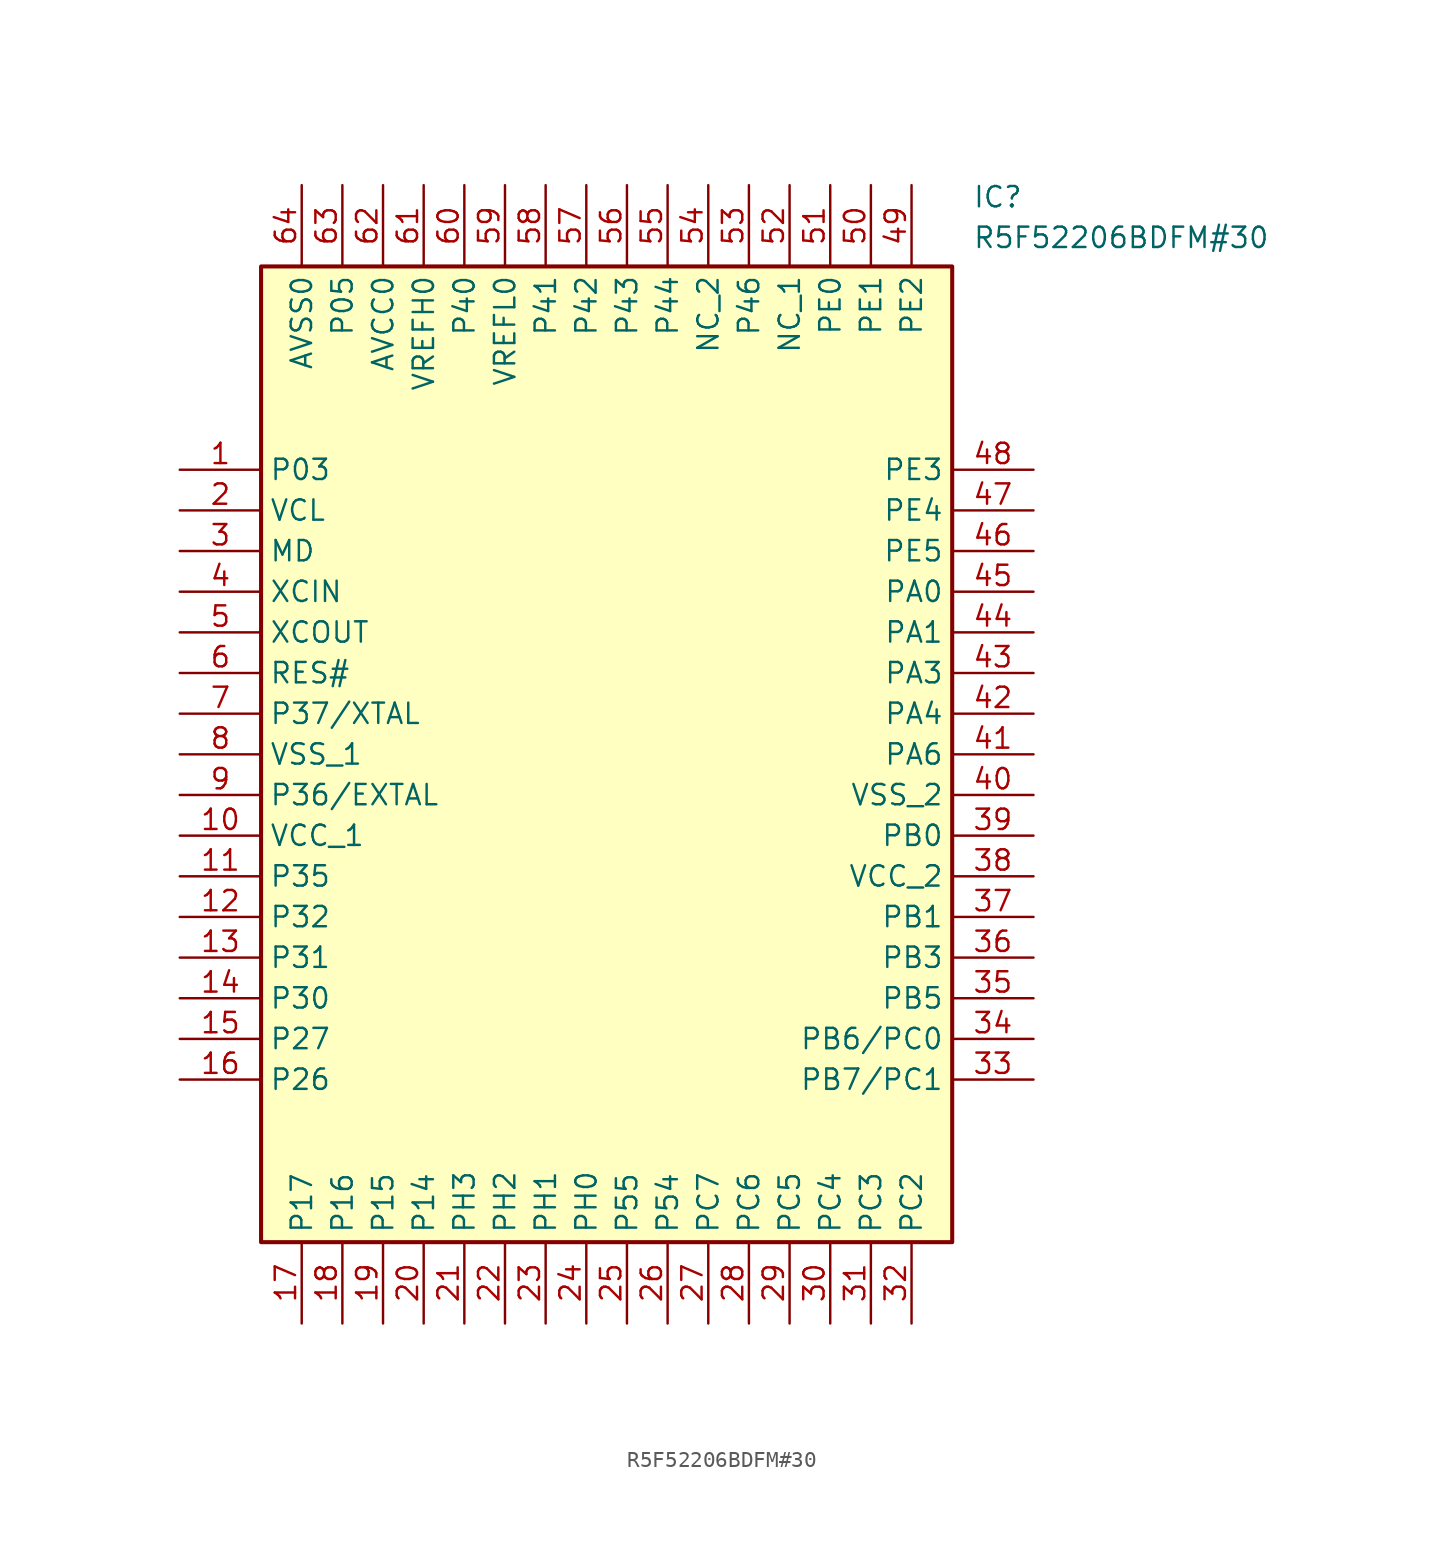
<source format=kicad_sym>
(kicad_symbol_lib
  (version 20211014)
  (generator SamacSys_ECAD_Model)
  (symbol "R5F52206BDFM#30"
    (property "Reference" "IC"
      (at 49.53 17.78 0)
      (effects (font (size 1.27 1.27)) (justify left top)))
    (property "Value" "R5F52206BDFM#30"
      (at 49.53 15.24 0)
      (effects (font (size 1.27 1.27)) (justify left top)))
    (rectangle
      (start 5.08 12.7)
      (end 48.26 -48.26)
      (stroke (width 0.254) (type default))
      (fill (type background)))
    (pin passive line
      (at 0 0 0)
      (length 5.08)
      (name "P03" (effects (font (size 1.27 1.27))))
      (number "1" (effects (font (size 1.27 1.27)))))
    (pin passive line
      (at 0 -2.54 0)
      (length 5.08)
      (name "VCL" (effects (font (size 1.27 1.27))))
      (number "2" (effects (font (size 1.27 1.27)))))
    (pin passive line
      (at 0 -5.08 0)
      (length 5.08)
      (name "MD" (effects (font (size 1.27 1.27))))
      (number "3" (effects (font (size 1.27 1.27)))))
    (pin passive line
      (at 0 -7.62 0)
      (length 5.08)
      (name "XCIN" (effects (font (size 1.27 1.27))))
      (number "4" (effects (font (size 1.27 1.27)))))
    (pin passive line
      (at 0 -10.16 0)
      (length 5.08)
      (name "XCOUT" (effects (font (size 1.27 1.27))))
      (number "5" (effects (font (size 1.27 1.27)))))
    (pin passive line
      (at 0 -12.7 0)
      (length 5.08)
      (name "RES#" (effects (font (size 1.27 1.27))))
      (number "6" (effects (font (size 1.27 1.27)))))
    (pin passive line
      (at 0 -15.24 0)
      (length 5.08)
      (name "P37/XTAL" (effects (font (size 1.27 1.27))))
      (number "7" (effects (font (size 1.27 1.27)))))
    (pin passive line
      (at 0 -17.78 0)
      (length 5.08)
      (name "VSS_1" (effects (font (size 1.27 1.27))))
      (number "8" (effects (font (size 1.27 1.27)))))
    (pin passive line
      (at 0 -20.32 0)
      (length 5.08)
      (name "P36/EXTAL" (effects (font (size 1.27 1.27))))
      (number "9" (effects (font (size 1.27 1.27)))))
    (pin passive line
      (at 0 -22.86 0)
      (length 5.08)
      (name "VCC_1" (effects (font (size 1.27 1.27))))
      (number "10" (effects (font (size 1.27 1.27)))))
    (pin passive line
      (at 0 -25.4 0)
      (length 5.08)
      (name "P35" (effects (font (size 1.27 1.27))))
      (number "11" (effects (font (size 1.27 1.27)))))
    (pin passive line
      (at 0 -27.94 0)
      (length 5.08)
      (name "P32" (effects (font (size 1.27 1.27))))
      (number "12" (effects (font (size 1.27 1.27)))))
    (pin passive line
      (at 0 -30.48 0)
      (length 5.08)
      (name "P31" (effects (font (size 1.27 1.27))))
      (number "13" (effects (font (size 1.27 1.27)))))
    (pin passive line
      (at 0 -33.02 0)
      (length 5.08)
      (name "P30" (effects (font (size 1.27 1.27))))
      (number "14" (effects (font (size 1.27 1.27)))))
    (pin passive line
      (at 0 -35.56 0)
      (length 5.08)
      (name "P27" (effects (font (size 1.27 1.27))))
      (number "15" (effects (font (size 1.27 1.27)))))
    (pin passive line
      (at 0 -38.1 0)
      (length 5.08)
      (name "P26" (effects (font (size 1.27 1.27))))
      (number "16" (effects (font (size 1.27 1.27)))))
    (pin passive line
      (at 7.62 -53.34 90)
      (length 5.08)
      (name "P17" (effects (font (size 1.27 1.27))))
      (number "17" (effects (font (size 1.27 1.27)))))
    (pin passive line
      (at 10.16 -53.34 90)
      (length 5.08)
      (name "P16" (effects (font (size 1.27 1.27))))
      (number "18" (effects (font (size 1.27 1.27)))))
    (pin passive line
      (at 12.7 -53.34 90)
      (length 5.08)
      (name "P15" (effects (font (size 1.27 1.27))))
      (number "19" (effects (font (size 1.27 1.27)))))
    (pin passive line
      (at 15.24 -53.34 90)
      (length 5.08)
      (name "P14" (effects (font (size 1.27 1.27))))
      (number "20" (effects (font (size 1.27 1.27)))))
    (pin passive line
      (at 17.78 -53.34 90)
      (length 5.08)
      (name "PH3" (effects (font (size 1.27 1.27))))
      (number "21" (effects (font (size 1.27 1.27)))))
    (pin passive line
      (at 20.32 -53.34 90)
      (length 5.08)
      (name "PH2" (effects (font (size 1.27 1.27))))
      (number "22" (effects (font (size 1.27 1.27)))))
    (pin passive line
      (at 22.86 -53.34 90)
      (length 5.08)
      (name "PH1" (effects (font (size 1.27 1.27))))
      (number "23" (effects (font (size 1.27 1.27)))))
    (pin passive line
      (at 25.4 -53.34 90)
      (length 5.08)
      (name "PH0" (effects (font (size 1.27 1.27))))
      (number "24" (effects (font (size 1.27 1.27)))))
    (pin passive line
      (at 27.94 -53.34 90)
      (length 5.08)
      (name "P55" (effects (font (size 1.27 1.27))))
      (number "25" (effects (font (size 1.27 1.27)))))
    (pin passive line
      (at 30.48 -53.34 90)
      (length 5.08)
      (name "P54" (effects (font (size 1.27 1.27))))
      (number "26" (effects (font (size 1.27 1.27)))))
    (pin passive line
      (at 33.02 -53.34 90)
      (length 5.08)
      (name "PC7" (effects (font (size 1.27 1.27))))
      (number "27" (effects (font (size 1.27 1.27)))))
    (pin passive line
      (at 35.56 -53.34 90)
      (length 5.08)
      (name "PC6" (effects (font (size 1.27 1.27))))
      (number "28" (effects (font (size 1.27 1.27)))))
    (pin passive line
      (at 38.1 -53.34 90)
      (length 5.08)
      (name "PC5" (effects (font (size 1.27 1.27))))
      (number "29" (effects (font (size 1.27 1.27)))))
    (pin passive line
      (at 40.64 -53.34 90)
      (length 5.08)
      (name "PC4" (effects (font (size 1.27 1.27))))
      (number "30" (effects (font (size 1.27 1.27)))))
    (pin passive line
      (at 43.18 -53.34 90)
      (length 5.08)
      (name "PC3" (effects (font (size 1.27 1.27))))
      (number "31" (effects (font (size 1.27 1.27)))))
    (pin passive line
      (at 45.72 -53.34 90)
      (length 5.08)
      (name "PC2" (effects (font (size 1.27 1.27))))
      (number "32" (effects (font (size 1.27 1.27)))))
    (pin passive line
      (at 53.34 0 180)
      (length 5.08)
      (name "PE3" (effects (font (size 1.27 1.27))))
      (number "48" (effects (font (size 1.27 1.27)))))
    (pin passive line
      (at 53.34 -2.54 180)
      (length 5.08)
      (name "PE4" (effects (font (size 1.27 1.27))))
      (number "47" (effects (font (size 1.27 1.27)))))
    (pin passive line
      (at 53.34 -5.08 180)
      (length 5.08)
      (name "PE5" (effects (font (size 1.27 1.27))))
      (number "46" (effects (font (size 1.27 1.27)))))
    (pin passive line
      (at 53.34 -7.62 180)
      (length 5.08)
      (name "PA0" (effects (font (size 1.27 1.27))))
      (number "45" (effects (font (size 1.27 1.27)))))
    (pin passive line
      (at 53.34 -10.16 180)
      (length 5.08)
      (name "PA1" (effects (font (size 1.27 1.27))))
      (number "44" (effects (font (size 1.27 1.27)))))
    (pin passive line
      (at 53.34 -12.7 180)
      (length 5.08)
      (name "PA3" (effects (font (size 1.27 1.27))))
      (number "43" (effects (font (size 1.27 1.27)))))
    (pin passive line
      (at 53.34 -15.24 180)
      (length 5.08)
      (name "PA4" (effects (font (size 1.27 1.27))))
      (number "42" (effects (font (size 1.27 1.27)))))
    (pin passive line
      (at 53.34 -17.78 180)
      (length 5.08)
      (name "PA6" (effects (font (size 1.27 1.27))))
      (number "41" (effects (font (size 1.27 1.27)))))
    (pin passive line
      (at 53.34 -20.32 180)
      (length 5.08)
      (name "VSS_2" (effects (font (size 1.27 1.27))))
      (number "40" (effects (font (size 1.27 1.27)))))
    (pin passive line
      (at 53.34 -22.86 180)
      (length 5.08)
      (name "PB0" (effects (font (size 1.27 1.27))))
      (number "39" (effects (font (size 1.27 1.27)))))
    (pin passive line
      (at 53.34 -25.4 180)
      (length 5.08)
      (name "VCC_2" (effects (font (size 1.27 1.27))))
      (number "38" (effects (font (size 1.27 1.27)))))
    (pin passive line
      (at 53.34 -27.94 180)
      (length 5.08)
      (name "PB1" (effects (font (size 1.27 1.27))))
      (number "37" (effects (font (size 1.27 1.27)))))
    (pin passive line
      (at 53.34 -30.48 180)
      (length 5.08)
      (name "PB3" (effects (font (size 1.27 1.27))))
      (number "36" (effects (font (size 1.27 1.27)))))
    (pin passive line
      (at 53.34 -33.02 180)
      (length 5.08)
      (name "PB5" (effects (font (size 1.27 1.27))))
      (number "35" (effects (font (size 1.27 1.27)))))
    (pin passive line
      (at 53.34 -35.56 180)
      (length 5.08)
      (name "PB6/PC0" (effects (font (size 1.27 1.27))))
      (number "34" (effects (font (size 1.27 1.27)))))
    (pin passive line
      (at 53.34 -38.1 180)
      (length 5.08)
      (name "PB7/PC1" (effects (font (size 1.27 1.27))))
      (number "33" (effects (font (size 1.27 1.27)))))
    (pin passive line
      (at 7.62 17.78 270)
      (length 5.08)
      (name "AVSS0" (effects (font (size 1.27 1.27))))
      (number "64" (effects (font (size 1.27 1.27)))))
    (pin passive line
      (at 10.16 17.78 270)
      (length 5.08)
      (name "P05" (effects (font (size 1.27 1.27))))
      (number "63" (effects (font (size 1.27 1.27)))))
    (pin passive line
      (at 12.7 17.78 270)
      (length 5.08)
      (name "AVCC0" (effects (font (size 1.27 1.27))))
      (number "62" (effects (font (size 1.27 1.27)))))
    (pin passive line
      (at 15.24 17.78 270)
      (length 5.08)
      (name "VREFH0" (effects (font (size 1.27 1.27))))
      (number "61" (effects (font (size 1.27 1.27)))))
    (pin passive line
      (at 17.78 17.78 270)
      (length 5.08)
      (name "P40" (effects (font (size 1.27 1.27))))
      (number "60" (effects (font (size 1.27 1.27)))))
    (pin passive line
      (at 20.32 17.78 270)
      (length 5.08)
      (name "VREFL0" (effects (font (size 1.27 1.27))))
      (number "59" (effects (font (size 1.27 1.27)))))
    (pin passive line
      (at 22.86 17.78 270)
      (length 5.08)
      (name "P41" (effects (font (size 1.27 1.27))))
      (number "58" (effects (font (size 1.27 1.27)))))
    (pin passive line
      (at 25.4 17.78 270)
      (length 5.08)
      (name "P42" (effects (font (size 1.27 1.27))))
      (number "57" (effects (font (size 1.27 1.27)))))
    (pin passive line
      (at 27.94 17.78 270)
      (length 5.08)
      (name "P43" (effects (font (size 1.27 1.27))))
      (number "56" (effects (font (size 1.27 1.27)))))
    (pin passive line
      (at 30.48 17.78 270)
      (length 5.08)
      (name "P44" (effects (font (size 1.27 1.27))))
      (number "55" (effects (font (size 1.27 1.27)))))
    (pin passive line
      (at 33.02 17.78 270)
      (length 5.08)
      (name "NC_2" (effects (font (size 1.27 1.27))))
      (number "54" (effects (font (size 1.27 1.27)))))
    (pin passive line
      (at 35.56 17.78 270)
      (length 5.08)
      (name "P46" (effects (font (size 1.27 1.27))))
      (number "53" (effects (font (size 1.27 1.27)))))
    (pin passive line
      (at 38.1 17.78 270)
      (length 5.08)
      (name "NC_1" (effects (font (size 1.27 1.27))))
      (number "52" (effects (font (size 1.27 1.27)))))
    (pin passive line
      (at 40.64 17.78 270)
      (length 5.08)
      (name "PE0" (effects (font (size 1.27 1.27))))
      (number "51" (effects (font (size 1.27 1.27)))))
    (pin passive line
      (at 43.18 17.78 270)
      (length 5.08)
      (name "PE1" (effects (font (size 1.27 1.27))))
      (number "50" (effects (font (size 1.27 1.27)))))
    (pin passive line
      (at 45.72 17.78 270)
      (length 5.08)
      (name "PE2" (effects (font (size 1.27 1.27))))
      (number "49" (effects (font (size 1.27 1.27)))))))
</source>
